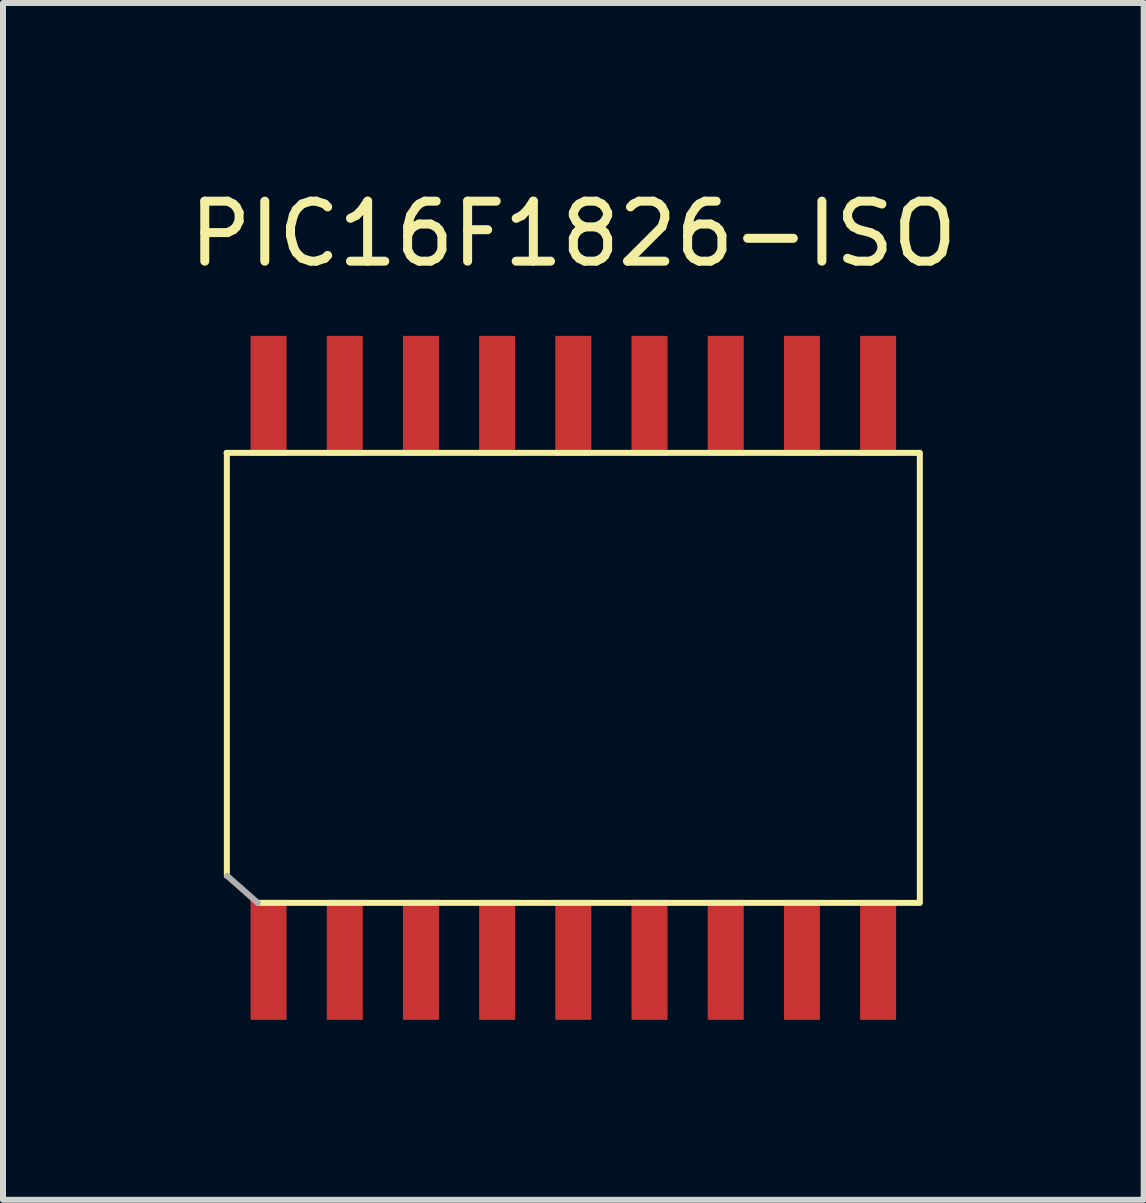
<source format=kicad_pcb>
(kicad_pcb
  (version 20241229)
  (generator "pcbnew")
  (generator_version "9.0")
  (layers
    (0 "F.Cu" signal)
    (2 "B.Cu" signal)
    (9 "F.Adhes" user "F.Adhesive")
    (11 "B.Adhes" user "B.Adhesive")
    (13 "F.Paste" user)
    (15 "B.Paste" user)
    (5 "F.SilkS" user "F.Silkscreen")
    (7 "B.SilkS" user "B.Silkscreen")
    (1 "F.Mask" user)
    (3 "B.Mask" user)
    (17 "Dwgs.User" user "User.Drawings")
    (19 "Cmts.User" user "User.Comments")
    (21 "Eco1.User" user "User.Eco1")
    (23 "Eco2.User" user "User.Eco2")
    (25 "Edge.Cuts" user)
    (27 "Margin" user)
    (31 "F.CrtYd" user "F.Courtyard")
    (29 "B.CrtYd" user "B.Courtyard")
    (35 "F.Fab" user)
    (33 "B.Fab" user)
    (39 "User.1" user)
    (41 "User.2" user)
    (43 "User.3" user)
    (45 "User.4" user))
  (footprint "PIC16F1826-ISO"
    (layer "F.Cu")
    (at 6.506 8.248)
    (property "Reference" "PIC16F1826-ISO" (at 0 -7.4 0) (layer "F.SilkS") (effects (font (size 1 1) (thickness 0.15))))
    (attr smd)
    (fp_line (start -5.78 -3.75) (end 5.77 -3.75) (stroke (width 0.1) (type solid)) (layer "F.SilkS"))
    (fp_line (start -5.775 -3.75) (end -5.775 3.3) (stroke (width 0.1) (type solid)) (layer "F.SilkS"))
    (fp_line (start -5.26 3.75) (end 5.77 3.75) (stroke (width 0.1) (type solid)) (layer "F.SilkS"))
    (fp_line (start 5.775 -3.75) (end 5.775 3.75) (stroke (width 0.1) (type solid)) (layer "F.SilkS"))
    (fp_line (start -5.77 3.3) (end -5.26 3.75) (stroke (width 0.1) (type solid)) (layer "F.Fab"))
    (pad "1" smd rect (at -5.08 4.7) (size 0.6 2) (layers "F.Cu" "F.Mask" "F.Paste"))
    (pad "2" smd rect (at -3.81 4.7) (size 0.6 2) (layers "F.Cu" "F.Mask" "F.Paste"))
    (pad "3" smd rect (at -2.54 4.7) (size 0.6 2) (layers "F.Cu" "F.Mask" "F.Paste"))
    (pad "4" smd rect (at -1.27 4.7) (size 0.6 2) (layers "F.Cu" "F.Mask" "F.Paste"))
    (pad "5" smd rect (at 0 4.7) (size 0.6 2) (layers "F.Cu" "F.Mask" "F.Paste"))
    (pad "6" smd rect (at 1.27 4.7) (size 0.6 2) (layers "F.Cu" "F.Mask" "F.Paste"))
    (pad "7" smd rect (at 2.54 4.7) (size 0.6 2) (layers "F.Cu" "F.Mask" "F.Paste"))
    (pad "8" smd rect (at 3.81 4.7) (size 0.6 2) (layers "F.Cu" "F.Mask" "F.Paste"))
    (pad "9" smd rect (at 5.08 4.7) (size 0.6 2) (layers "F.Cu" "F.Mask" "F.Paste"))
    (pad "10" smd rect (at 5.08 -4.7) (size 0.6 2) (layers "F.Cu" "F.Mask" "F.Paste"))
    (pad "11" smd rect (at 3.81 -4.7) (size 0.6 2) (layers "F.Cu" "F.Mask" "F.Paste"))
    (pad "12" smd rect (at 2.54 -4.7) (size 0.6 2) (layers "F.Cu" "F.Mask" "F.Paste"))
    (pad "13" smd rect (at 1.27 -4.7) (size 0.6 2) (layers "F.Cu" "F.Mask" "F.Paste"))
    (pad "14" smd rect (at 0 -4.7) (size 0.6 2) (layers "F.Cu" "F.Mask" "F.Paste"))
    (pad "15" smd rect (at -1.27 -4.7) (size 0.6 2) (layers "F.Cu" "F.Mask" "F.Paste"))
    (pad "16" smd rect (at -2.54 -4.7) (size 0.6 2) (layers "F.Cu" "F.Mask" "F.Paste"))
    (pad "17" smd rect (at -3.81 -4.7) (size 0.6 2) (layers "F.Cu" "F.Mask" "F.Paste"))
    (pad "18" smd rect (at -5.08 -4.7) (size 0.6 2) (layers "F.Cu" "F.Mask" "F.Paste")))
  (gr_rect
    (start -3 -3)
    (end 16.012 16.948)
    (stroke (width 0.1) (type default))
    (fill no)
    (layer "Edge.Cuts")))
</source>
